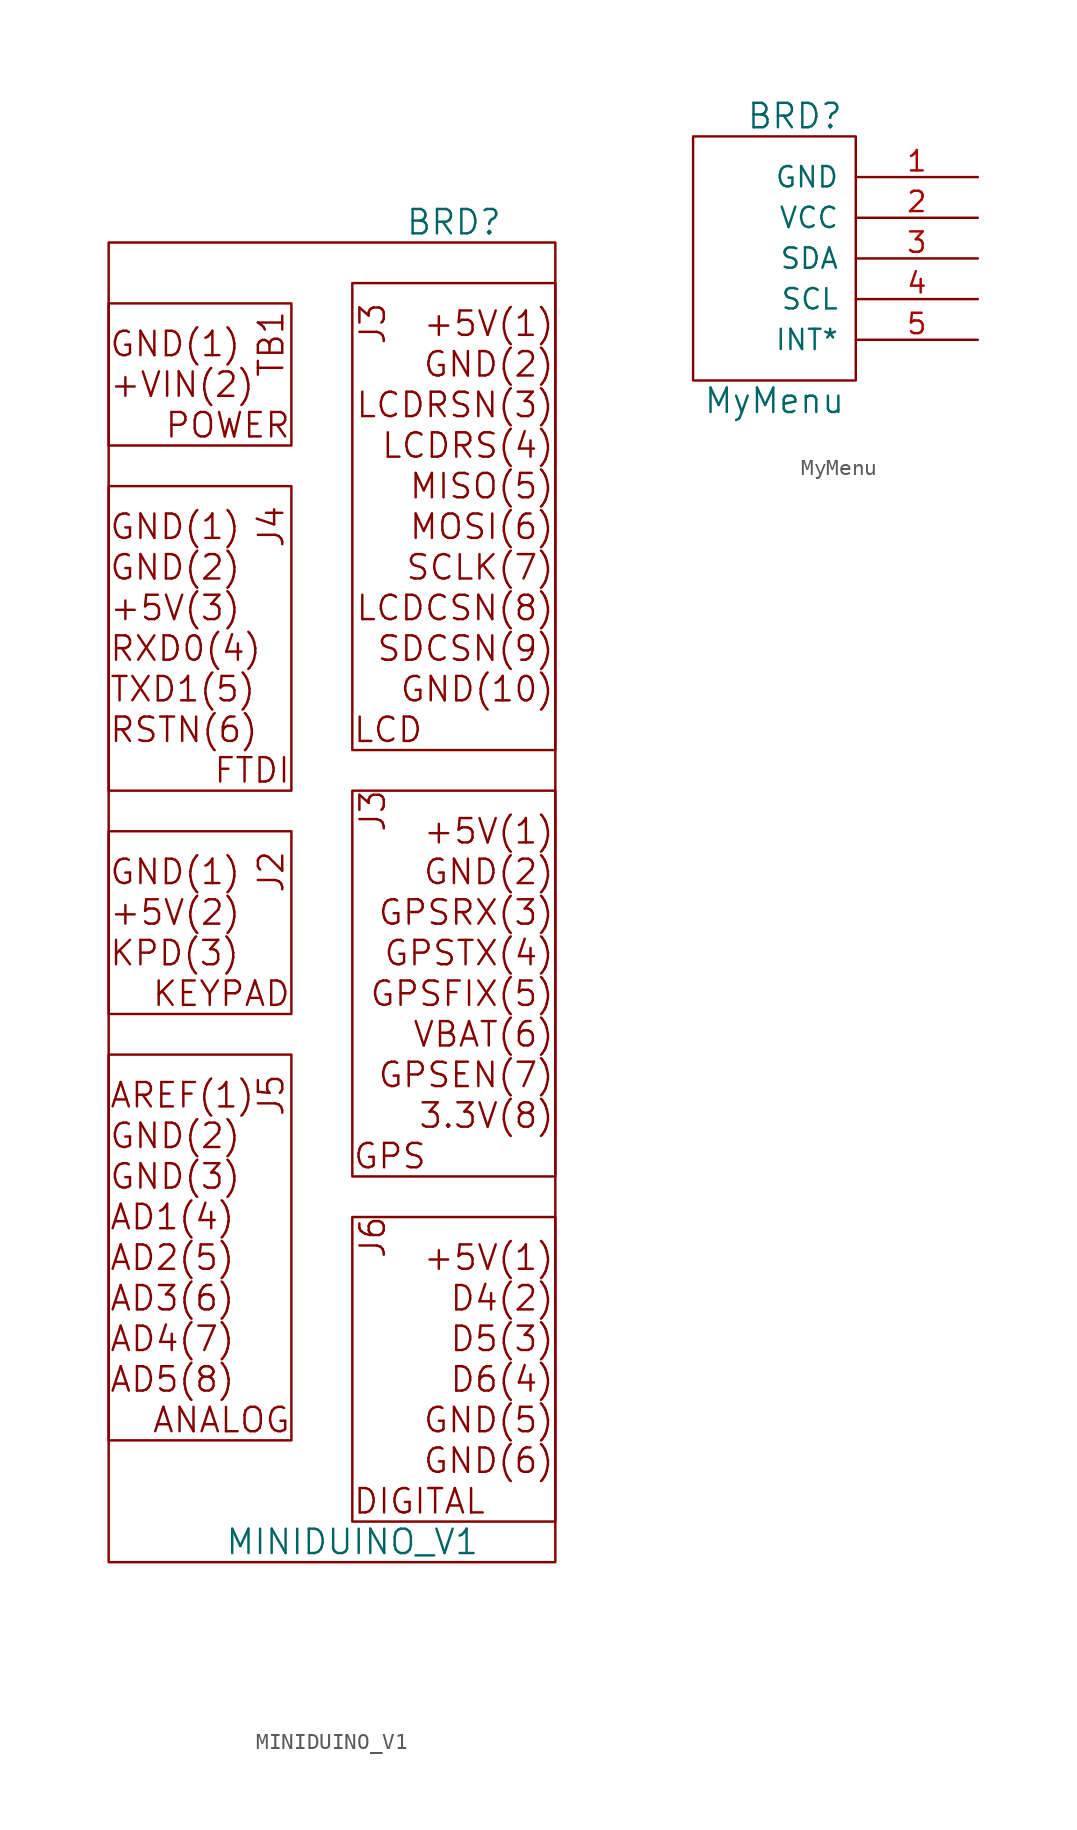
<source format=kicad_sym>
(kicad_symbol_lib
  (version 20220914)
  (generator kicad_symbol_editor)
  (symbol "MINIDUINO_V1"
    (pin_names
      (offset 1.016))
    (property "Reference" "BRD"
      (at 7.62 85.09 0)
      (effects (font (size 1.524 1.524))))
    (property "Value" "MINIDUINO_V1"
      (at 1.27 2.54 0)
      (effects (font (size 1.524 1.524))))
    (property "Footprint" ""
      (at 0 0 0)
      (effects (font (size 1.524 1.524))))
    (property "Datasheet" ""
      (at 0 0 0)
      (effects (font (size 1.524 1.524))))
    (symbol "MINIDUINO_V1_0_0"
      (rectangle (start -13.97 33.02) (end -2.54 8.89) (stroke (width 0) (type default)) (fill (type none)))
      (rectangle (start -13.97 35.56) (end -2.54 46.99) (stroke (width 0) (type default)) (fill (type none)))
      (rectangle (start -13.97 49.53) (end -2.54 68.58) (stroke (width 0) (type default)) (fill (type none)))
      (rectangle (start -13.97 71.12) (end -2.54 80.01) (stroke (width 0) (type default)) (fill (type none)))
      (rectangle (start 13.97 3.81) (end 1.27 22.86) (stroke (width 0) (type default)) (fill (type none)))
      (rectangle (start 13.97 25.4) (end 1.27 49.53) (stroke (width 0) (type default)) (fill (type none)))
      (rectangle (start 13.97 52.07) (end 1.27 81.28) (stroke (width 0) (type default)) (fill (type none)))
      (text "+5V(1)" (at 13.97 20.32 0) (effects (font (size 1.524 1.524)) (justify right)))
      (text "+5V(1)" (at 13.97 46.99 0) (effects (font (size 1.524 1.524)) (justify right)))
      (text "+5V(1)" (at 13.97 78.74 0) (effects (font (size 1.524 1.524)) (justify right)))
      (text "+5V(2)" (at -13.97 41.91 0) (effects (font (size 1.524 1.524)) (justify left)))
      (text "+5V(3)" (at -13.97 60.96 0) (effects (font (size 1.524 1.524)) (justify left)))
      (text "+VIN(2)" (at -13.97 74.93 0) (effects (font (size 1.524 1.524)) (justify left)))
      (text "3.3V(8)" (at 13.97 29.21 0) (effects (font (size 1.524 1.524)) (justify right)))
      (text "AD1(4)" (at -13.97 22.86 0) (effects (font (size 1.524 1.524)) (justify left)))
      (text "AD2(5)" (at -13.97 20.32 0) (effects (font (size 1.524 1.524)) (justify left)))
      (text "AD3(6)" (at -13.97 17.78 0) (effects (font (size 1.524 1.524)) (justify left)))
      (text "AD4(7)" (at -13.97 15.24 0) (effects (font (size 1.524 1.524)) (justify left)))
      (text "AD5(8)" (at -13.97 12.7 0) (effects (font (size 1.524 1.524)) (justify left)))
      (text "ANALOG" (at -2.54 10.16 0) (effects (font (size 1.524 1.524)) (justify right)))
      (text "AREF(1)" (at -13.97 30.48 0) (effects (font (size 1.524 1.524)) (justify left)))
      (text "D4(2)" (at 13.97 17.78 0) (effects (font (size 1.524 1.524)) (justify right)))
      (text "D5(3)" (at 13.97 15.24 0) (effects (font (size 1.524 1.524)) (justify right)))
      (text "D6(4)" (at 13.97 12.7 0) (effects (font (size 1.524 1.524)) (justify right)))
      (text "DIGITAL" (at 1.27 5.08 0) (effects (font (size 1.524 1.524)) (justify left)))
      (text "FTDI" (at -2.54 50.8 0) (effects (font (size 1.524 1.524)) (justify right)))
      (text "GND(1)" (at -13.97 44.45 0) (effects (font (size 1.524 1.524)) (justify left)))
      (text "GND(1)" (at -13.97 66.04 0) (effects (font (size 1.524 1.524)) (justify left)))
      (text "GND(1)" (at -13.97 77.47 0) (effects (font (size 1.524 1.524)) (justify left)))
      (text "GND(10)" (at 13.97 55.88 0) (effects (font (size 1.524 1.524)) (justify right)))
      (text "GND(2)" (at -13.97 27.94 0) (effects (font (size 1.524 1.524)) (justify left)))
      (text "GND(2)" (at -13.97 63.5 0) (effects (font (size 1.524 1.524)) (justify left)))
      (text "GND(2)" (at 13.97 44.45 0) (effects (font (size 1.524 1.524)) (justify right)))
      (text "GND(2)" (at 13.97 76.2 0) (effects (font (size 1.524 1.524)) (justify right)))
      (text "GND(3)" (at -13.97 25.4 0) (effects (font (size 1.524 1.524)) (justify left)))
      (text "GND(5)" (at 13.97 10.16 0) (effects (font (size 1.524 1.524)) (justify right)))
      (text "GND(6)" (at 13.97 7.62 0) (effects (font (size 1.524 1.524)) (justify right)))
      (text "GPS" (at 1.27 26.67 0) (effects (font (size 1.524 1.524)) (justify left)))
      (text "GPSEN(7)" (at 13.97 31.75 0) (effects (font (size 1.524 1.524)) (justify right)))
      (text "GPSFIX(5)" (at 13.97 36.83 0) (effects (font (size 1.524 1.524)) (justify right)))
      (text "GPSRX(3)" (at 13.97 41.91 0) (effects (font (size 1.524 1.524)) (justify right)))
      (text "GPSTX(4)" (at 13.97 39.37 0) (effects (font (size 1.524 1.524)) (justify right)))
      (text "J2" (at -3.81 44.45 900) (effects (font (size 1.524 1.524))))
      (text "J3" (at 2.54 48.26 900) (effects (font (size 1.524 1.524))))
      (text "J3" (at 2.54 78.74 900) (effects (font (size 1.524 1.524))))
      (text "J4" (at -3.81 66.04 900) (effects (font (size 1.524 1.524))))
      (text "J5" (at -3.81 30.48 900) (effects (font (size 1.524 1.524))))
      (text "J6" (at 2.54 21.59 900) (effects (font (size 1.524 1.524))))
      (text "KEYPAD" (at -2.54 36.83 0) (effects (font (size 1.524 1.524)) (justify right)))
      (text "KPD(3)" (at -13.97 39.37 0) (effects (font (size 1.524 1.524)) (justify left)))
      (text "LCD" (at 1.27 53.34 0) (effects (font (size 1.524 1.524)) (justify left)))
      (text "LCDCSN(8)" (at 13.97 60.96 0) (effects (font (size 1.524 1.524)) (justify right)))
      (text "LCDRS(4)" (at 13.97 71.12 0) (effects (font (size 1.524 1.524)) (justify right)))
      (text "LCDRSN(3)" (at 13.97 73.66 0) (effects (font (size 1.524 1.524)) (justify right)))
      (text "MISO(5)" (at 13.97 68.58 0) (effects (font (size 1.524 1.524)) (justify right)))
      (text "MOSI(6)" (at 13.97 66.04 0) (effects (font (size 1.524 1.524)) (justify right)))
      (text "POWER" (at -2.54 72.39 0) (effects (font (size 1.524 1.524)) (justify right)))
      (text "RSTN(6)" (at -13.97 53.34 0) (effects (font (size 1.524 1.524)) (justify left)))
      (text "RXD0(4)" (at -13.97 58.42 0) (effects (font (size 1.524 1.524)) (justify left)))
      (text "SCLK(7)" (at 13.97 63.5 0) (effects (font (size 1.524 1.524)) (justify right)))
      (text "SDCSN(9)" (at 13.97 58.42 0) (effects (font (size 1.524 1.524)) (justify right)))
      (text "TB1" (at -3.81 77.47 900) (effects (font (size 1.524 1.524))))
      (text "TXD1(5)" (at -13.97 55.88 0) (effects (font (size 1.524 1.524)) (justify left)))
      (text "VBAT(6)" (at 13.97 34.29 0) (effects (font (size 1.524 1.524)) (justify right))))
    (symbol "MINIDUINO_V1_0_1"
      (rectangle (start -13.97 83.82) (end 13.97 1.27) (stroke (width 0) (type default)) (fill (type none)))))
  (symbol "MyMenu"
    (pin_names
      (offset 1.016))
    (property "Reference" "BRD"
      (at 1.27 11.43 0)
      (effects (font (size 1.524 1.524))))
    (property "Value" "MyMenu"
      (at 0 -6.35 0)
      (effects (font (size 1.524 1.524))))
    (property "Footprint" ""
      (at 0 0 0)
      (effects (font (size 1.524 1.524))))
    (property "Datasheet" ""
      (at 0 0 0)
      (effects (font (size 1.524 1.524))))
    (symbol "MyMenu_0_0"
      (rectangle (start -5.08 10.16) (end 5.08 -5.08) (stroke (width 0) (type default)) (fill (type none))))
    (symbol "MyMenu_1_1"
      (pin power_in line (at 12.7 7.62 180) (length 7.62) (name "GND" (effects (font (size 1.27 1.27)))) (number "1" (effects (font (size 1.27 1.27)))))
      (pin power_in line (at 12.7 5.08 180) (length 7.62) (name "VCC" (effects (font (size 1.27 1.27)))) (number "2" (effects (font (size 1.27 1.27)))))
      (pin bidirectional line (at 12.7 2.54 180) (length 7.62) (name "SDA" (effects (font (size 1.27 1.27)))) (number "3" (effects (font (size 1.27 1.27)))))
      (pin input line (at 12.7 0 180) (length 7.62) (name "SCL" (effects (font (size 1.27 1.27)))) (number "4" (effects (font (size 1.27 1.27)))))
      (pin output line (at 12.7 -2.54 180) (length 7.62) (name "INT*" (effects (font (size 1.27 1.27)))) (number "5" (effects (font (size 1.27 1.27))))))))
</source>
